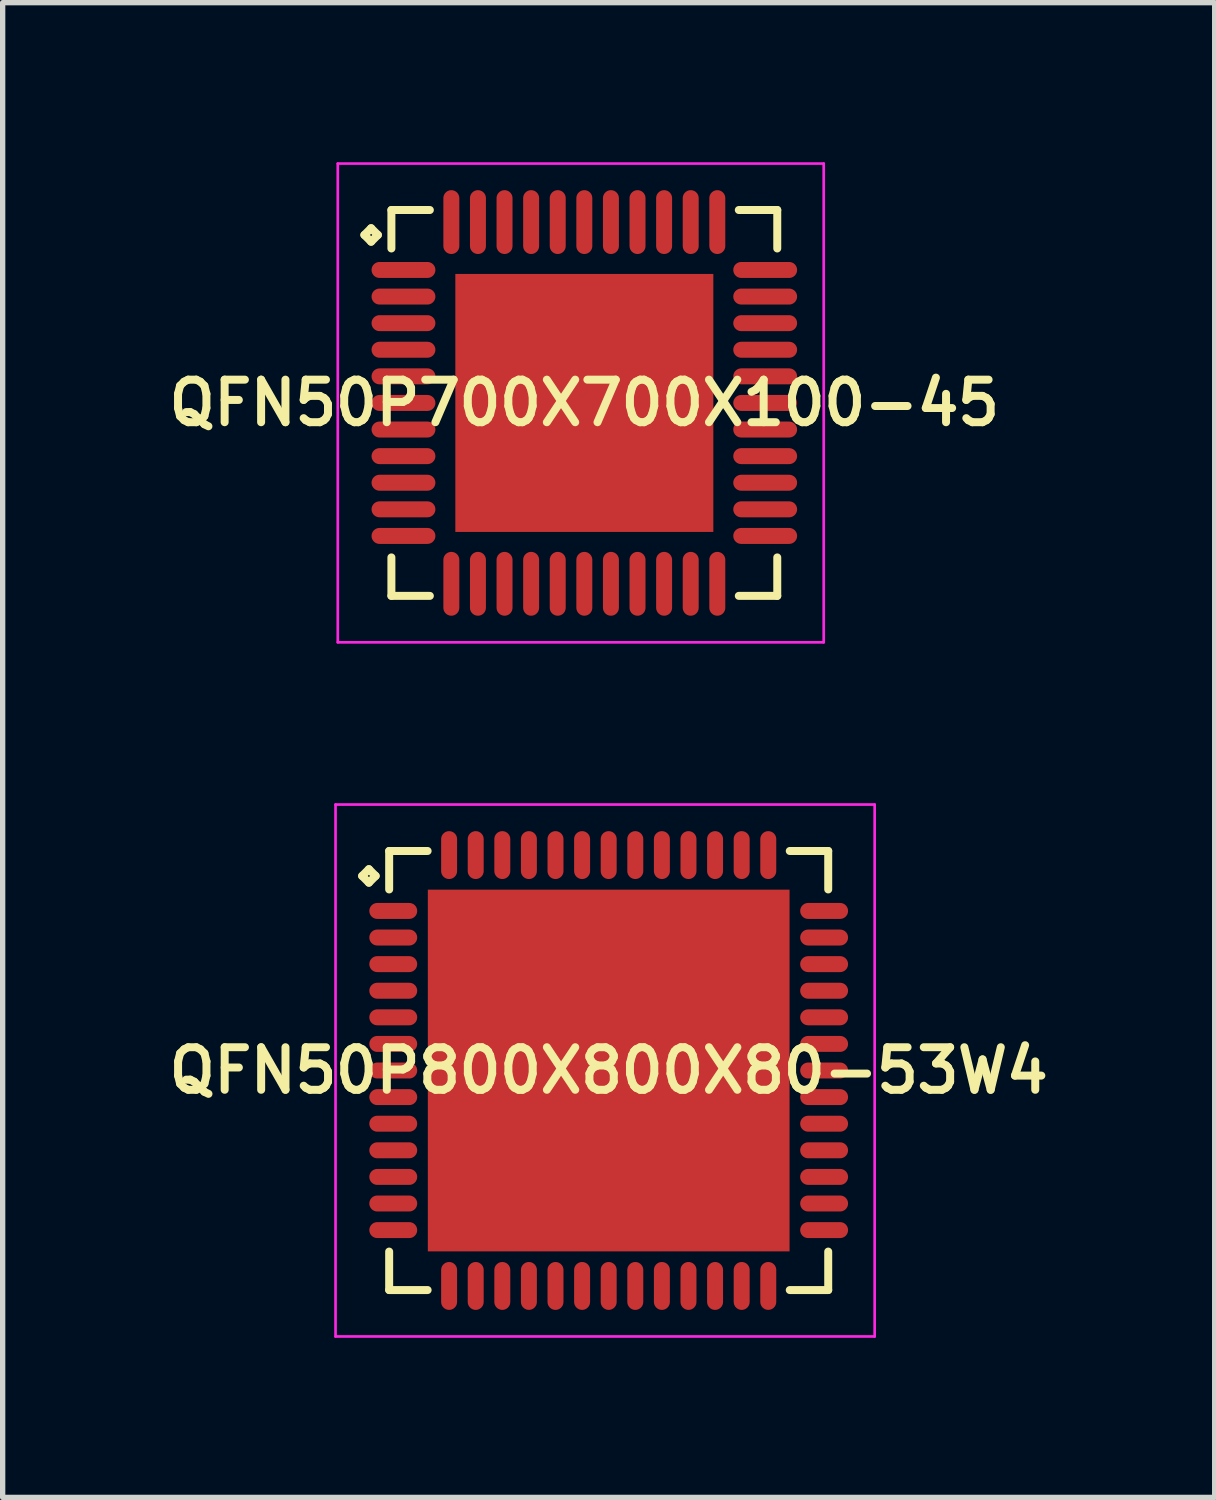
<source format=kicad_pcb>
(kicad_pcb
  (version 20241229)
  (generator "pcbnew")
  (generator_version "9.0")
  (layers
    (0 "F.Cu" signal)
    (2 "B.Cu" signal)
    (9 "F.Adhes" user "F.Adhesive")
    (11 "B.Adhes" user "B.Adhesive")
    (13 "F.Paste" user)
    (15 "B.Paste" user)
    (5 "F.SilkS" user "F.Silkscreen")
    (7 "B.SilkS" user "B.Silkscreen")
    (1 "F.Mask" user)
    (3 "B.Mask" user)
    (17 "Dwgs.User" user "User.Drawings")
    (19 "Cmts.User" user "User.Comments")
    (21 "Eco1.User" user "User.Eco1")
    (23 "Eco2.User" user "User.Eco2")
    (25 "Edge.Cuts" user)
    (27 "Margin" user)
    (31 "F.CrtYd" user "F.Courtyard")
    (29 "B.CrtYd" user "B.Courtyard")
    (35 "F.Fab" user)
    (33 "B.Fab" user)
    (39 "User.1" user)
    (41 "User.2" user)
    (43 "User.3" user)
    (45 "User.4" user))
  (footprint "QFN50P700X700X100-45"
    (layer "F.Cu")
    (at 7.935 4.525)
    (property "Reference" "QFN50P700X700X100-45" (at 0 0 0) (layer "F.SilkS") (effects (font (size 0.8 0.8) (thickness 0.15))))
    (attr smd)
    (fp_line (start -4.135 -3.158) (end -4.008 -3.285) (stroke (width 0.15) (type solid)) (layer "F.SilkS"))
    (fp_line (start -4.008 -3.285) (end -3.881 -3.158) (stroke (width 0.15) (type solid)) (layer "F.SilkS"))
    (fp_line (start -4.008 -3.031) (end -4.135 -3.158) (stroke (width 0.15) (type solid)) (layer "F.SilkS"))
    (fp_line (start -3.881 -3.158) (end -4.008 -3.031) (stroke (width 0.15) (type solid)) (layer "F.SilkS"))
    (fp_line (start -3.627 -3.627) (end -2.904 -3.627) (stroke (width 0.15) (type solid)) (layer "F.SilkS"))
    (fp_line (start -3.627 -2.904) (end -3.627 -3.627) (stroke (width 0.15) (type solid)) (layer "F.SilkS"))
    (fp_line (start -3.627 2.904) (end -3.627 3.627) (stroke (width 0.15) (type solid)) (layer "F.SilkS"))
    (fp_line (start -3.627 3.627) (end -2.904 3.627) (stroke (width 0.15) (type solid)) (layer "F.SilkS"))
    (fp_line (start 2.904 -3.627) (end 3.627 -3.627) (stroke (width 0.15) (type solid)) (layer "F.SilkS"))
    (fp_line (start 2.904 3.627) (end 3.627 3.627) (stroke (width 0.15) (type solid)) (layer "F.SilkS"))
    (fp_line (start 3.627 -3.627) (end 3.627 -2.904) (stroke (width 0.15) (type solid)) (layer "F.SilkS"))
    (fp_line (start 3.627 3.627) (end 3.627 2.904) (stroke (width 0.15) (type solid)) (layer "F.SilkS"))
    (fp_line (start -4.635 -4.5) (end 4.5 -4.5) (stroke (width 0.05) (type solid)) (layer "F.CrtYd"))
    (fp_line (start -4.635 4.5) (end -4.635 -4.5) (stroke (width 0.05) (type solid)) (layer "F.CrtYd"))
    (fp_line (start 4.5 -4.5) (end 4.5 4.5) (stroke (width 0.05) (type solid)) (layer "F.CrtYd"))
    (fp_line (start 4.5 4.5) (end -4.635 4.5) (stroke (width 0.05) (type solid)) (layer "F.CrtYd"))
    (pad "1" smd oval (at -3.4 -2.5) (size 1.2 0.3) (layers "F.Cu" "F.Mask" "F.Paste"))
    (pad "2" smd oval (at -3.4 -2) (size 1.2 0.3) (layers "F.Cu" "F.Mask" "F.Paste"))
    (pad "3" smd oval (at -3.4 -1.5) (size 1.2 0.3) (layers "F.Cu" "F.Mask" "F.Paste"))
    (pad "4" smd oval (at -3.4 -1) (size 1.2 0.3) (layers "F.Cu" "F.Mask" "F.Paste"))
    (pad "5" smd oval (at -3.4 -0.5) (size 1.2 0.3) (layers "F.Cu" "F.Mask" "F.Paste"))
    (pad "6" smd oval (at -3.4 0) (size 1.2 0.3) (layers "F.Cu" "F.Mask" "F.Paste"))
    (pad "7" smd oval (at -3.4 0.5) (size 1.2 0.3) (layers "F.Cu" "F.Mask" "F.Paste"))
    (pad "8" smd oval (at -3.4 1) (size 1.2 0.3) (layers "F.Cu" "F.Mask" "F.Paste"))
    (pad "9" smd oval (at -3.4 1.5) (size 1.2 0.3) (layers "F.Cu" "F.Mask" "F.Paste"))
    (pad "10" smd oval (at -3.4 2) (size 1.2 0.3) (layers "F.Cu" "F.Mask" "F.Paste"))
    (pad "11" smd oval (at -3.4 2.5) (size 1.2 0.3) (layers "F.Cu" "F.Mask" "F.Paste"))
    (pad "12" smd oval (at -2.5 3.4) (size 0.3 1.2) (layers "F.Cu" "F.Mask" "F.Paste"))
    (pad "13" smd oval (at -2 3.4) (size 0.3 1.2) (layers "F.Cu" "F.Mask" "F.Paste"))
    (pad "14" smd oval (at -1.5 3.4) (size 0.3 1.2) (layers "F.Cu" "F.Mask" "F.Paste"))
    (pad "15" smd oval (at -1 3.4) (size 0.3 1.2) (layers "F.Cu" "F.Mask" "F.Paste"))
    (pad "16" smd oval (at -0.5 3.4) (size 0.3 1.2) (layers "F.Cu" "F.Mask" "F.Paste"))
    (pad "17" smd oval (at 0 3.4) (size 0.3 1.2) (layers "F.Cu" "F.Mask" "F.Paste"))
    (pad "18" smd oval (at 0.5 3.4) (size 0.3 1.2) (layers "F.Cu" "F.Mask" "F.Paste"))
    (pad "19" smd oval (at 1 3.4) (size 0.3 1.2) (layers "F.Cu" "F.Mask" "F.Paste"))
    (pad "20" smd oval (at 1.5 3.4) (size 0.3 1.2) (layers "F.Cu" "F.Mask" "F.Paste"))
    (pad "21" smd oval (at 2 3.4) (size 0.3 1.2) (layers "F.Cu" "F.Mask" "F.Paste"))
    (pad "22" smd oval (at 2.5 3.4) (size 0.3 1.2) (layers "F.Cu" "F.Mask" "F.Paste"))
    (pad "23" smd oval (at 3.4 2.5) (size 1.2 0.3) (layers "F.Cu" "F.Mask" "F.Paste"))
    (pad "24" smd oval (at 3.4 2) (size 1.2 0.3) (layers "F.Cu" "F.Mask" "F.Paste"))
    (pad "25" smd oval (at 3.4 1.5) (size 1.2 0.3) (layers "F.Cu" "F.Mask" "F.Paste"))
    (pad "26" smd oval (at 3.4 1) (size 1.2 0.3) (layers "F.Cu" "F.Mask" "F.Paste"))
    (pad "27" smd oval (at 3.4 0.5) (size 1.2 0.3) (layers "F.Cu" "F.Mask" "F.Paste"))
    (pad "28" smd oval (at 3.4 0) (size 1.2 0.3) (layers "F.Cu" "F.Mask" "F.Paste"))
    (pad "29" smd oval (at 3.4 -0.5) (size 1.2 0.3) (layers "F.Cu" "F.Mask" "F.Paste"))
    (pad "30" smd oval (at 3.4 -1) (size 1.2 0.3) (layers "F.Cu" "F.Mask" "F.Paste"))
    (pad "31" smd oval (at 3.4 -1.5) (size 1.2 0.3) (layers "F.Cu" "F.Mask" "F.Paste"))
    (pad "32" smd oval (at 3.4 -2) (size 1.2 0.3) (layers "F.Cu" "F.Mask" "F.Paste"))
    (pad "33" smd oval (at 3.4 -2.5) (size 1.2 0.3) (layers "F.Cu" "F.Mask" "F.Paste"))
    (pad "34" smd oval (at 2.5 -3.4) (size 0.3 1.2) (layers "F.Cu" "F.Mask" "F.Paste"))
    (pad "35" smd oval (at 2 -3.4) (size 0.3 1.2) (layers "F.Cu" "F.Mask" "F.Paste"))
    (pad "36" smd oval (at 1.5 -3.4) (size 0.3 1.2) (layers "F.Cu" "F.Mask" "F.Paste"))
    (pad "37" smd oval (at 1 -3.4) (size 0.3 1.2) (layers "F.Cu" "F.Mask" "F.Paste"))
    (pad "38" smd oval (at 0.5 -3.4) (size 0.3 1.2) (layers "F.Cu" "F.Mask" "F.Paste"))
    (pad "39" smd oval (at 0 -3.4) (size 0.3 1.2) (layers "F.Cu" "F.Mask" "F.Paste"))
    (pad "40" smd oval (at -0.5 -3.4) (size 0.3 1.2) (layers "F.Cu" "F.Mask" "F.Paste"))
    (pad "41" smd oval (at -1 -3.4) (size 0.3 1.2) (layers "F.Cu" "F.Mask" "F.Paste"))
    (pad "42" smd oval (at -1.5 -3.4) (size 0.3 1.2) (layers "F.Cu" "F.Mask" "F.Paste"))
    (pad "43" smd oval (at -2 -3.4) (size 0.3 1.2) (layers "F.Cu" "F.Mask" "F.Paste"))
    (pad "44" smd oval (at -2.5 -3.4) (size 0.3 1.2) (layers "F.Cu" "F.Mask" "F.Paste"))
    (pad "45" smd rect (at 0 0) (size 4.85 4.85) (layers "F.Cu" "F.Mask" "F.Paste")))
  (footprint "QFN50P800X800X80-53W4"
    (layer "F.Cu")
    (at 8.393 17.075)
    (property "Reference" "QFN50P800X800X80-53W4" (at 0 0 0) (layer "F.SilkS") (effects (font (size 0.8 0.8) (thickness 0.15))))
    (attr smd)
    (fp_line (start -4.635 -3.658) (end -4.508 -3.785) (stroke (width 0.15) (type solid)) (layer "F.SilkS"))
    (fp_line (start -4.508 -3.785) (end -4.381 -3.658) (stroke (width 0.15) (type solid)) (layer "F.SilkS"))
    (fp_line (start -4.508 -3.531) (end -4.635 -3.658) (stroke (width 0.15) (type solid)) (layer "F.SilkS"))
    (fp_line (start -4.381 -3.658) (end -4.508 -3.531) (stroke (width 0.15) (type solid)) (layer "F.SilkS"))
    (fp_line (start -4.127 -4.127) (end -3.404 -4.127) (stroke (width 0.15) (type solid)) (layer "F.SilkS"))
    (fp_line (start -4.127 -3.404) (end -4.127 -4.127) (stroke (width 0.15) (type solid)) (layer "F.SilkS"))
    (fp_line (start -4.127 3.404) (end -4.127 4.127) (stroke (width 0.15) (type solid)) (layer "F.SilkS"))
    (fp_line (start -4.127 4.127) (end -3.404 4.127) (stroke (width 0.15) (type solid)) (layer "F.SilkS"))
    (fp_line (start 3.404 -4.127) (end 4.127 -4.127) (stroke (width 0.15) (type solid)) (layer "F.SilkS"))
    (fp_line (start 3.404 4.127) (end 4.127 4.127) (stroke (width 0.15) (type solid)) (layer "F.SilkS"))
    (fp_line (start 4.127 -4.127) (end 4.127 -3.404) (stroke (width 0.15) (type solid)) (layer "F.SilkS"))
    (fp_line (start 4.127 4.127) (end 4.127 3.404) (stroke (width 0.15) (type solid)) (layer "F.SilkS"))
    (fp_line (start -5.135 -5) (end 5 -5) (stroke (width 0.05) (type solid)) (layer "F.CrtYd"))
    (fp_line (start -5.135 5) (end -5.135 -5) (stroke (width 0.05) (type solid)) (layer "F.CrtYd"))
    (fp_line (start 5 -5) (end 5 5) (stroke (width 0.05) (type solid)) (layer "F.CrtYd"))
    (fp_line (start 5 5) (end -5.135 5) (stroke (width 0.05) (type solid)) (layer "F.CrtYd"))
    (pad "1" smd oval (at -4.05 -3) (size 0.9 0.3) (layers "F.Cu" "F.Mask" "F.Paste"))
    (pad "2" smd oval (at -4.05 -2.5) (size 0.9 0.3) (layers "F.Cu" "F.Mask" "F.Paste"))
    (pad "3" smd oval (at -4.05 -2) (size 0.9 0.3) (layers "F.Cu" "F.Mask" "F.Paste"))
    (pad "4" smd oval (at -4.05 -1.5) (size 0.9 0.3) (layers "F.Cu" "F.Mask" "F.Paste"))
    (pad "5" smd oval (at -4.05 -1) (size 0.9 0.3) (layers "F.Cu" "F.Mask" "F.Paste"))
    (pad "6" smd oval (at -4.05 -0.5) (size 0.9 0.3) (layers "F.Cu" "F.Mask" "F.Paste"))
    (pad "7" smd oval (at -4.05 0) (size 0.9 0.3) (layers "F.Cu" "F.Mask" "F.Paste"))
    (pad "8" smd oval (at -4.05 0.5) (size 0.9 0.3) (layers "F.Cu" "F.Mask" "F.Paste"))
    (pad "9" smd oval (at -4.05 1) (size 0.9 0.3) (layers "F.Cu" "F.Mask" "F.Paste"))
    (pad "10" smd oval (at -4.05 1.5) (size 0.9 0.3) (layers "F.Cu" "F.Mask" "F.Paste"))
    (pad "11" smd oval (at -4.05 2) (size 0.9 0.3) (layers "F.Cu" "F.Mask" "F.Paste"))
    (pad "12" smd oval (at -4.05 2.5) (size 0.9 0.3) (layers "F.Cu" "F.Mask" "F.Paste"))
    (pad "13" smd oval (at -4.05 3) (size 0.9 0.3) (layers "F.Cu" "F.Mask" "F.Paste"))
    (pad "14" smd oval (at -3 4.05) (size 0.3 0.9) (layers "F.Cu" "F.Mask" "F.Paste"))
    (pad "15" smd oval (at -2.5 4.05) (size 0.3 0.9) (layers "F.Cu" "F.Mask" "F.Paste"))
    (pad "16" smd oval (at -2 4.05) (size 0.3 0.9) (layers "F.Cu" "F.Mask" "F.Paste"))
    (pad "17" smd oval (at -1.5 4.05) (size 0.3 0.9) (layers "F.Cu" "F.Mask" "F.Paste"))
    (pad "18" smd oval (at -1 4.05) (size 0.3 0.9) (layers "F.Cu" "F.Mask" "F.Paste"))
    (pad "19" smd oval (at -0.5 4.05) (size 0.3 0.9) (layers "F.Cu" "F.Mask" "F.Paste"))
    (pad "20" smd oval (at 0 4.05) (size 0.3 0.9) (layers "F.Cu" "F.Mask" "F.Paste"))
    (pad "21" smd oval (at 0.5 4.05) (size 0.3 0.9) (layers "F.Cu" "F.Mask" "F.Paste"))
    (pad "22" smd oval (at 1 4.05) (size 0.3 0.9) (layers "F.Cu" "F.Mask" "F.Paste"))
    (pad "23" smd oval (at 1.5 4.05) (size 0.3 0.9) (layers "F.Cu" "F.Mask" "F.Paste"))
    (pad "24" smd oval (at 2 4.05) (size 0.3 0.9) (layers "F.Cu" "F.Mask" "F.Paste"))
    (pad "25" smd oval (at 2.5 4.05) (size 0.3 0.9) (layers "F.Cu" "F.Mask" "F.Paste"))
    (pad "26" smd oval (at 3 4.05) (size 0.3 0.9) (layers "F.Cu" "F.Mask" "F.Paste"))
    (pad "27" smd oval (at 4.05 3) (size 0.9 0.3) (layers "F.Cu" "F.Mask" "F.Paste"))
    (pad "28" smd oval (at 4.05 2.5) (size 0.9 0.3) (layers "F.Cu" "F.Mask" "F.Paste"))
    (pad "29" smd oval (at 4.05 2) (size 0.9 0.3) (layers "F.Cu" "F.Mask" "F.Paste"))
    (pad "30" smd oval (at 4.05 1.5) (size 0.9 0.3) (layers "F.Cu" "F.Mask" "F.Paste"))
    (pad "31" smd oval (at 4.05 1) (size 0.9 0.3) (layers "F.Cu" "F.Mask" "F.Paste"))
    (pad "32" smd oval (at 4.05 0.5) (size 0.9 0.3) (layers "F.Cu" "F.Mask" "F.Paste"))
    (pad "33" smd oval (at 4.05 0) (size 0.9 0.3) (layers "F.Cu" "F.Mask" "F.Paste"))
    (pad "34" smd oval (at 4.05 -0.5) (size 0.9 0.3) (layers "F.Cu" "F.Mask" "F.Paste"))
    (pad "35" smd oval (at 4.05 -1) (size 0.9 0.3) (layers "F.Cu" "F.Mask" "F.Paste"))
    (pad "36" smd oval (at 4.05 -1.5) (size 0.9 0.3) (layers "F.Cu" "F.Mask" "F.Paste"))
    (pad "37" smd oval (at 4.05 -2) (size 0.9 0.3) (layers "F.Cu" "F.Mask" "F.Paste"))
    (pad "38" smd oval (at 4.05 -2.5) (size 0.9 0.3) (layers "F.Cu" "F.Mask" "F.Paste"))
    (pad "39" smd oval (at 4.05 -3) (size 0.9 0.3) (layers "F.Cu" "F.Mask" "F.Paste"))
    (pad "40" smd oval (at 3 -4.05) (size 0.3 0.9) (layers "F.Cu" "F.Mask" "F.Paste"))
    (pad "41" smd oval (at 2.5 -4.05) (size 0.3 0.9) (layers "F.Cu" "F.Mask" "F.Paste"))
    (pad "42" smd oval (at 2 -4.05) (size 0.3 0.9) (layers "F.Cu" "F.Mask" "F.Paste"))
    (pad "43" smd oval (at 1.5 -4.05) (size 0.3 0.9) (layers "F.Cu" "F.Mask" "F.Paste"))
    (pad "44" smd oval (at 1 -4.05) (size 0.3 0.9) (layers "F.Cu" "F.Mask" "F.Paste"))
    (pad "45" smd oval (at 0.5 -4.05) (size 0.3 0.9) (layers "F.Cu" "F.Mask" "F.Paste"))
    (pad "46" smd oval (at 0 -4.05) (size 0.3 0.9) (layers "F.Cu" "F.Mask" "F.Paste"))
    (pad "47" smd oval (at -0.5 -4.05) (size 0.3 0.9) (layers "F.Cu" "F.Mask" "F.Paste"))
    (pad "48" smd oval (at -1 -4.05) (size 0.3 0.9) (layers "F.Cu" "F.Mask" "F.Paste"))
    (pad "49" smd oval (at -1.5 -4.05) (size 0.3 0.9) (layers "F.Cu" "F.Mask" "F.Paste"))
    (pad "50" smd oval (at -2 -4.05) (size 0.3 0.9) (layers "F.Cu" "F.Mask" "F.Paste"))
    (pad "51" smd oval (at -2.5 -4.05) (size 0.3 0.9) (layers "F.Cu" "F.Mask" "F.Paste"))
    (pad "52" smd oval (at -3 -4.05) (size 0.3 0.9) (layers "F.Cu" "F.Mask" "F.Paste"))
    (pad "53" smd rect (at 0 0) (size 6.8 6.8) (layers "F.Cu" "F.Mask" "F.Paste")))
  (gr_rect
    (start -3 -3)
    (end 19.785 25.1)
    (stroke (width 0.1) (type default))
    (fill no)
    (layer "Edge.Cuts")))
</source>
